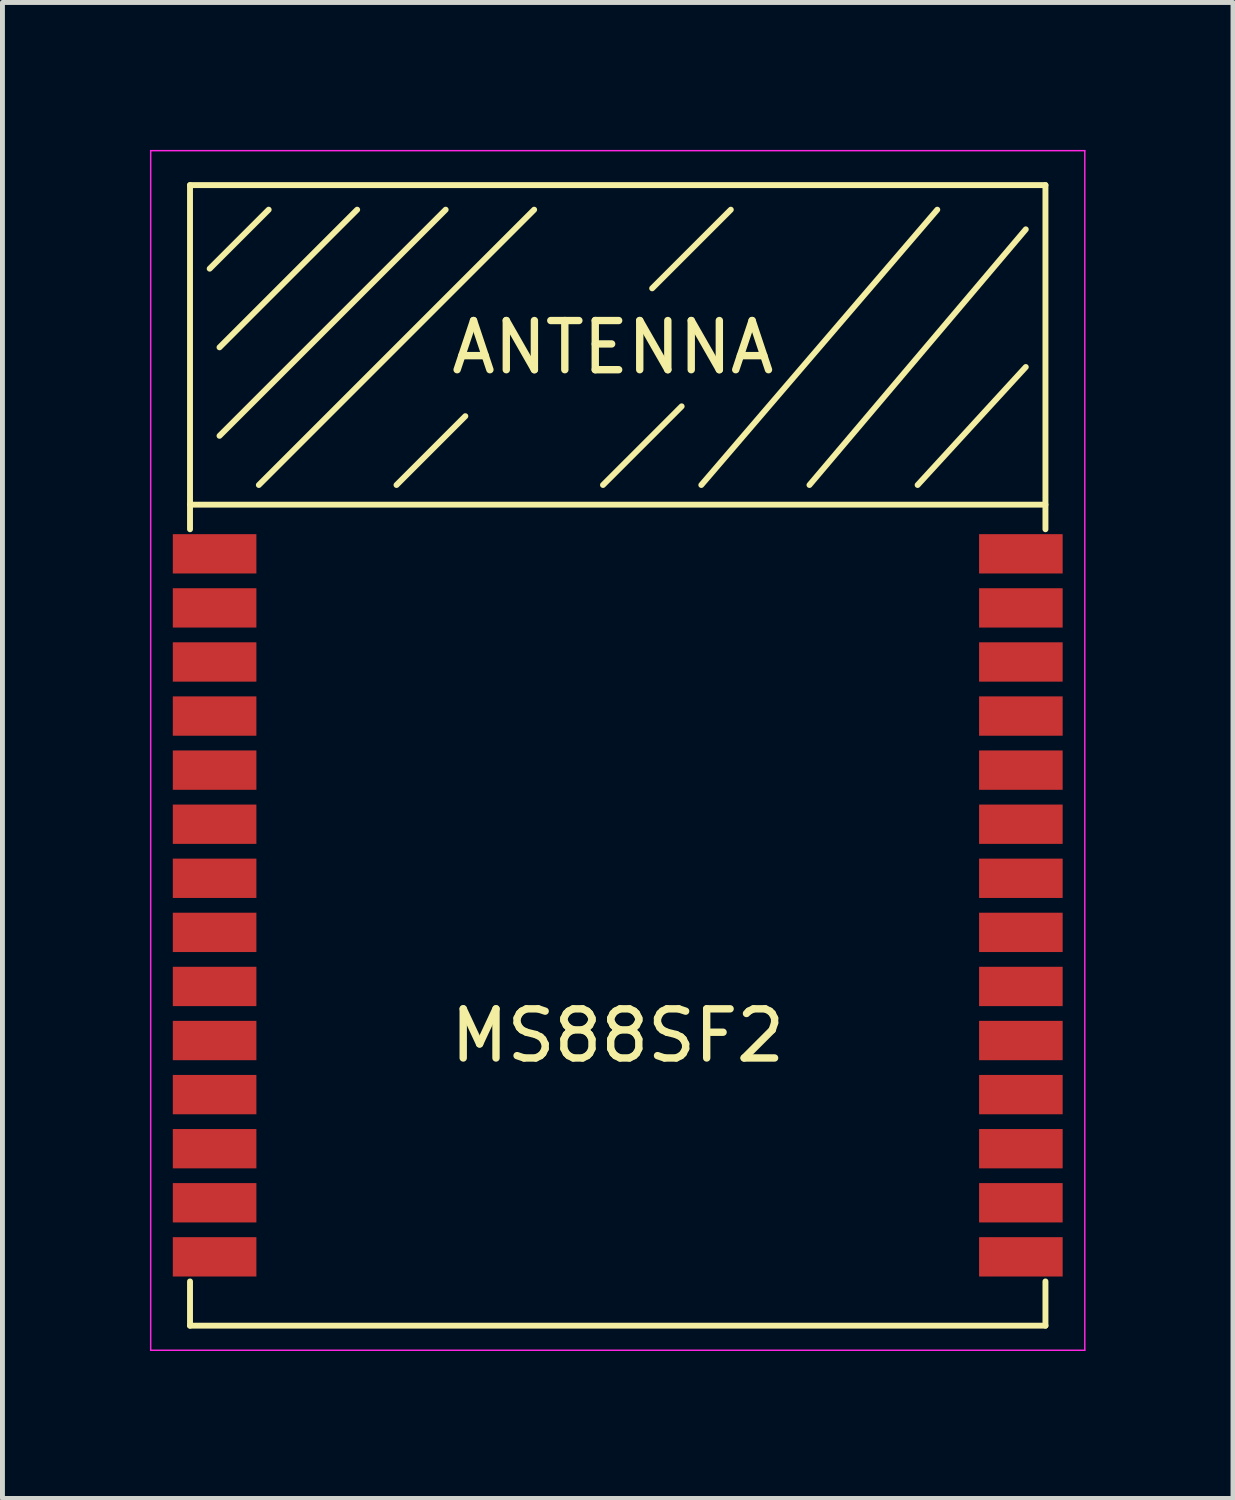
<source format=kicad_pcb>
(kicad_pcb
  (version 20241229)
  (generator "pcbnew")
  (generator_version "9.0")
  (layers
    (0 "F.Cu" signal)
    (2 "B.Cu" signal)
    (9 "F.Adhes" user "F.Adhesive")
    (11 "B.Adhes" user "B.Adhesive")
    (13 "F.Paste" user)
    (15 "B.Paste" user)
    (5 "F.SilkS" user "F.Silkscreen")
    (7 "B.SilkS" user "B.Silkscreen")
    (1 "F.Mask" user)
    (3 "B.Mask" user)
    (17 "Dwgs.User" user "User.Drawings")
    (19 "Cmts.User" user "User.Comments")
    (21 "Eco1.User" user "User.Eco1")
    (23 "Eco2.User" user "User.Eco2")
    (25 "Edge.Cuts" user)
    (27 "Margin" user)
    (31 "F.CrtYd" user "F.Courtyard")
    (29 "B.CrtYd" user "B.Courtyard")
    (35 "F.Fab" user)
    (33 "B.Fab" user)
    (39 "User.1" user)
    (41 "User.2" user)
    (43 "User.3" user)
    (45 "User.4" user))
  (footprint "MS88SF2"
    (layer "F.Cu")
    (at 9.035 18.375)
    (property "Reference" "MS88SF2" (at 0.48 -0.36 0) (layer "F.SilkS") (effects (font (size 1 1) (thickness 0.15))))
    (attr through_hole)
    (fp_line (start -8.22 -17.66) (end 9.18 -17.66) (stroke (width 0.12) (type solid)) (layer "F.SilkS"))
    (fp_line (start -8.22 -10.66) (end -8.22 -17.66) (stroke (width 0.12) (type solid)) (layer "F.SilkS"))
    (fp_line (start -8.22 4.64) (end -8.22 5.54) (stroke (width 0.12) (type solid)) (layer "F.SilkS"))
    (fp_line (start -8.22 5.54) (end 9.18 5.54) (stroke (width 0.12) (type solid)) (layer "F.SilkS"))
    (fp_line (start -7.82 -15.96) (end -6.62 -17.16) (stroke (width 0.12) (type solid)) (layer "F.SilkS"))
    (fp_line (start -7.62 -14.36) (end -4.82 -17.16) (stroke (width 0.12) (type solid)) (layer "F.SilkS"))
    (fp_line (start -7.62 -12.56) (end -3.02 -17.16) (stroke (width 0.12) (type solid)) (layer "F.SilkS"))
    (fp_line (start -6.82 -11.56) (end -1.22 -17.16) (stroke (width 0.12) (type solid)) (layer "F.SilkS"))
    (fp_line (start -4.02 -11.56) (end -2.62 -12.96) (stroke (width 0.12) (type solid)) (layer "F.SilkS"))
    (fp_line (start 0.18 -11.56) (end 1.78 -13.16) (stroke (width 0.12) (type solid)) (layer "F.SilkS"))
    (fp_line (start 1.18 -15.56) (end 2.78 -17.16) (stroke (width 0.12) (type solid)) (layer "F.SilkS"))
    (fp_line (start 2.18 -11.56) (end 6.98 -17.16) (stroke (width 0.12) (type solid)) (layer "F.SilkS"))
    (fp_line (start 4.38 -11.56) (end 8.78 -16.76) (stroke (width 0.12) (type solid)) (layer "F.SilkS"))
    (fp_line (start 6.58 -11.56) (end 8.78 -13.96) (stroke (width 0.12) (type solid)) (layer "F.SilkS"))
    (fp_line (start 9.18 -11.16) (end -8.22 -11.16) (stroke (width 0.12) (type solid)) (layer "F.SilkS"))
    (fp_line (start 9.18 -10.66) (end 9.18 -17.66) (stroke (width 0.12) (type solid)) (layer "F.SilkS"))
    (fp_line (start 9.18 5.54) (end 9.18 4.64) (stroke (width 0.12) (type solid)) (layer "F.SilkS"))
    (fp_line (start -9.02 -18.36) (end 9.98 -18.36) (stroke (width 0.03) (type solid)) (layer "F.CrtYd"))
    (fp_line (start -9.02 6.04) (end -9.02 -18.36) (stroke (width 0.03) (type solid)) (layer "F.CrtYd"))
    (fp_line (start 9.98 -18.36) (end 9.98 6.04) (stroke (width 0.03) (type solid)) (layer "F.CrtYd"))
    (fp_line (start 9.98 6.04) (end -9.02 6.04) (stroke (width 0.03) (type solid)) (layer "F.CrtYd"))
    (fp_text user "ANTENNA" (at 0.38 -14.36 0) (layer "F.SilkS") (effects (font (size 1 1) (thickness 0.15))))
    (pad "1" smd rect (at -7.72 -10.16) (size 1.7 0.8) (layers "F.Cu" "F.Mask" "F.Paste"))
    (pad "2" smd rect (at -7.72 -9.06) (size 1.7 0.8) (layers "F.Cu" "F.Mask" "F.Paste"))
    (pad "3" smd rect (at -7.72 -7.96) (size 1.7 0.8) (layers "F.Cu" "F.Mask" "F.Paste"))
    (pad "4" smd rect (at -7.72 -6.86) (size 1.7 0.8) (layers "F.Cu" "F.Mask" "F.Paste"))
    (pad "5" smd rect (at -7.72 -5.76) (size 1.7 0.8) (layers "F.Cu" "F.Mask" "F.Paste"))
    (pad "6" smd rect (at -7.72 -4.66) (size 1.7 0.8) (layers "F.Cu" "F.Mask" "F.Paste"))
    (pad "7" smd rect (at -7.72 -3.56) (size 1.7 0.8) (layers "F.Cu" "F.Mask" "F.Paste"))
    (pad "8" smd rect (at -7.72 -2.46) (size 1.7 0.8) (layers "F.Cu" "F.Mask" "F.Paste"))
    (pad "9" smd rect (at -7.72 -1.36) (size 1.7 0.8) (layers "F.Cu" "F.Mask" "F.Paste"))
    (pad "10" smd rect (at -7.72 -0.26) (size 1.7 0.8) (layers "F.Cu" "F.Mask" "F.Paste"))
    (pad "11" smd rect (at -7.72 0.84) (size 1.7 0.8) (layers "F.Cu" "F.Mask" "F.Paste"))
    (pad "12" smd rect (at -7.72 1.94) (size 1.7 0.8) (layers "F.Cu" "F.Mask" "F.Paste"))
    (pad "13" smd rect (at -7.72 3.04) (size 1.7 0.8) (layers "F.Cu" "F.Mask" "F.Paste"))
    (pad "14" smd rect (at -7.72 4.14) (size 1.7 0.8) (layers "F.Cu" "F.Mask" "F.Paste"))
    (pad "15" smd rect (at 8.68 -10.16) (size 1.7 0.8) (layers "F.Cu" "F.Mask" "F.Paste"))
    (pad "16" smd rect (at 8.68 -9.06) (size 1.7 0.8) (layers "F.Cu" "F.Mask" "F.Paste"))
    (pad "17" smd rect (at 8.68 -7.96) (size 1.7 0.8) (layers "F.Cu" "F.Mask" "F.Paste"))
    (pad "18" smd rect (at 8.68 -6.86) (size 1.7 0.8) (layers "F.Cu" "F.Mask" "F.Paste"))
    (pad "19" smd rect (at 8.68 -5.76) (size 1.7 0.8) (layers "F.Cu" "F.Mask" "F.Paste"))
    (pad "20" smd rect (at 8.68 -4.66) (size 1.7 0.8) (layers "F.Cu" "F.Mask" "F.Paste"))
    (pad "21" smd rect (at 8.68 -3.56) (size 1.7 0.8) (layers "F.Cu" "F.Mask" "F.Paste"))
    (pad "22" smd rect (at 8.68 -2.46) (size 1.7 0.8) (layers "F.Cu" "F.Mask" "F.Paste"))
    (pad "23" smd rect (at 8.68 -1.36) (size 1.7 0.8) (layers "F.Cu" "F.Mask" "F.Paste"))
    (pad "24" smd rect (at 8.68 -0.26) (size 1.7 0.8) (layers "F.Cu" "F.Mask" "F.Paste"))
    (pad "25" smd rect (at 8.68 0.84) (size 1.7 0.8) (layers "F.Cu" "F.Mask" "F.Paste"))
    (pad "26" smd rect (at 8.68 1.94) (size 1.7 0.8) (layers "F.Cu" "F.Mask" "F.Paste"))
    (pad "27" smd rect (at 8.68 3.04) (size 1.7 0.8) (layers "F.Cu" "F.Mask" "F.Paste"))
    (pad "28" smd rect (at 8.68 4.14) (size 1.7 0.8) (layers "F.Cu" "F.Mask" "F.Paste")))
  (gr_rect
    (start -3 -3)
    (end 22.03 27.43)
    (stroke (width 0.1) (type default))
    (fill no)
    (layer "Edge.Cuts")))
</source>
